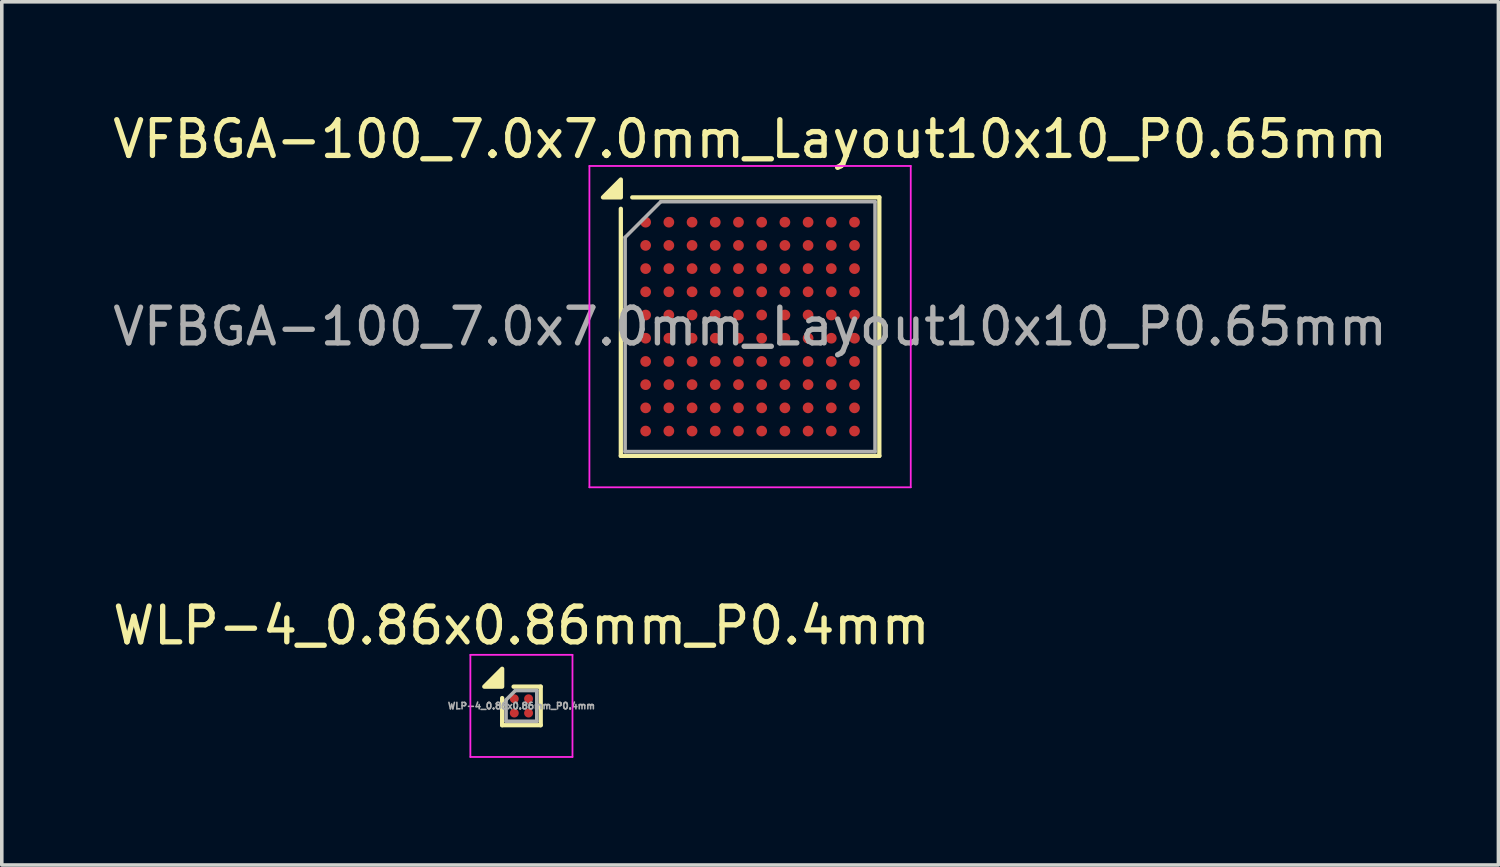
<source format=kicad_pcb>
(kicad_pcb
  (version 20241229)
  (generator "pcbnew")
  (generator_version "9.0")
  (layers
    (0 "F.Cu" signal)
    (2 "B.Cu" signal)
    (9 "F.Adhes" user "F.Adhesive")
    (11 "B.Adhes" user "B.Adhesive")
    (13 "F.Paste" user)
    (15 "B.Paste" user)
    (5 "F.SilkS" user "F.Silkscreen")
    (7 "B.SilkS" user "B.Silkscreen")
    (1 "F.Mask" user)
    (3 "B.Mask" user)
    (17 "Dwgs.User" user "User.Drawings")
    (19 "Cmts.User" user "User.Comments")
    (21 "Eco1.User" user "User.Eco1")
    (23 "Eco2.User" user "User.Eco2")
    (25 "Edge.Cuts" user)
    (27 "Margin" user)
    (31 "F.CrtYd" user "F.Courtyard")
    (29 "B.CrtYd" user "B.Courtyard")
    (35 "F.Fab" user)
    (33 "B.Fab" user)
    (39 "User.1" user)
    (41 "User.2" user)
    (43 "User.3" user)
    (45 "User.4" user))
  (footprint "VFBGA-100_7.0x7.0mm_Layout10x10_P0.65mm"
    (layer "F.Cu")
    (at 17.958 6.098)
    (property "Reference" "VFBGA-100_7.0x7.0mm_Layout10x10_P0.65mm" (at 0 -5.25 0) (layer "F.SilkS") (effects (font (size 1 1) (thickness 0.15))))
    (attr smd)
    (fp_line (start -3.62 -3.3) (end -3.62 3.62) (stroke (width 0.12) (type solid)) (layer "F.SilkS"))
    (fp_line (start -3.62 3.62) (end 3.62 3.62) (stroke (width 0.12) (type solid)) (layer "F.SilkS"))
    (fp_line (start 3.62 -3.62) (end -3.3 -3.62) (stroke (width 0.12) (type solid)) (layer "F.SilkS"))
    (fp_line (start 3.62 3.62) (end 3.62 -3.62) (stroke (width 0.12) (type solid)) (layer "F.SilkS"))
    (fp_poly (pts (xy -3.62 -3.62) (xy -4.12 -3.62) (xy -3.62 -4.12) (xy -3.62 -3.62)) (stroke (width 0.12) (type solid)) (fill yes) (layer "F.SilkS"))
    (fp_line (start -4.5 -4.5) (end -4.5 4.5) (stroke (width 0.05) (type solid)) (layer "F.CrtYd"))
    (fp_line (start -4.5 -4.5) (end 4.5 -4.5) (stroke (width 0.05) (type solid)) (layer "F.CrtYd"))
    (fp_line (start 4.5 4.5) (end -4.5 4.5) (stroke (width 0.05) (type solid)) (layer "F.CrtYd"))
    (fp_line (start 4.5 4.5) (end 4.5 -4.5) (stroke (width 0.05) (type solid)) (layer "F.CrtYd"))
    (fp_line (start -3.5 -2.5) (end -3.5 3.5) (stroke (width 0.1) (type solid)) (layer "F.Fab"))
    (fp_line (start -3.5 3.5) (end 3.5 3.5) (stroke (width 0.1) (type solid)) (layer "F.Fab"))
    (fp_line (start -2.5 -3.5) (end -3.5 -2.5) (stroke (width 0.1) (type solid)) (layer "F.Fab"))
    (fp_line (start 3.5 -3.5) (end -2.5 -3.5) (stroke (width 0.1) (type solid)) (layer "F.Fab"))
    (fp_line (start 3.5 3.5) (end 3.5 -3.5) (stroke (width 0.1) (type solid)) (layer "F.Fab"))
    (fp_text user "${REFERENCE}" (at 0 0 0) (layer "F.Fab") (effects (font (size 1 1) (thickness 0.15))))
    (pad "A1" smd circle (at -2.925 -2.925) (size 0.3 0.3) (property pad_prop_bga) (layers "F.Cu" "F.Mask" "F.Paste"))
    (pad "A2" smd circle (at -2.275 -2.925) (size 0.3 0.3) (property pad_prop_bga) (layers "F.Cu" "F.Mask" "F.Paste"))
    (pad "A3" smd circle (at -1.625 -2.925) (size 0.3 0.3) (property pad_prop_bga) (layers "F.Cu" "F.Mask" "F.Paste"))
    (pad "A4" smd circle (at -0.975 -2.925) (size 0.3 0.3) (property pad_prop_bga) (layers "F.Cu" "F.Mask" "F.Paste"))
    (pad "A5" smd circle (at -0.325 -2.925) (size 0.3 0.3) (property pad_prop_bga) (layers "F.Cu" "F.Mask" "F.Paste"))
    (pad "A6" smd circle (at 0.325 -2.925) (size 0.3 0.3) (property pad_prop_bga) (layers "F.Cu" "F.Mask" "F.Paste"))
    (pad "A7" smd circle (at 0.975 -2.925) (size 0.3 0.3) (property pad_prop_bga) (layers "F.Cu" "F.Mask" "F.Paste"))
    (pad "A8" smd circle (at 1.625 -2.925) (size 0.3 0.3) (property pad_prop_bga) (layers "F.Cu" "F.Mask" "F.Paste"))
    (pad "A9" smd circle (at 2.275 -2.925) (size 0.3 0.3) (property pad_prop_bga) (layers "F.Cu" "F.Mask" "F.Paste"))
    (pad "A10" smd circle (at 2.925 -2.925) (size 0.3 0.3) (property pad_prop_bga) (layers "F.Cu" "F.Mask" "F.Paste"))
    (pad "B1" smd circle (at -2.925 -2.275) (size 0.3 0.3) (property pad_prop_bga) (layers "F.Cu" "F.Mask" "F.Paste"))
    (pad "B2" smd circle (at -2.275 -2.275) (size 0.3 0.3) (property pad_prop_bga) (layers "F.Cu" "F.Mask" "F.Paste"))
    (pad "B3" smd circle (at -1.625 -2.275) (size 0.3 0.3) (property pad_prop_bga) (layers "F.Cu" "F.Mask" "F.Paste"))
    (pad "B4" smd circle (at -0.975 -2.275) (size 0.3 0.3) (property pad_prop_bga) (layers "F.Cu" "F.Mask" "F.Paste"))
    (pad "B5" smd circle (at -0.325 -2.275) (size 0.3 0.3) (property pad_prop_bga) (layers "F.Cu" "F.Mask" "F.Paste"))
    (pad "B6" smd circle (at 0.325 -2.275) (size 0.3 0.3) (property pad_prop_bga) (layers "F.Cu" "F.Mask" "F.Paste"))
    (pad "B7" smd circle (at 0.975 -2.275) (size 0.3 0.3) (property pad_prop_bga) (layers "F.Cu" "F.Mask" "F.Paste"))
    (pad "B8" smd circle (at 1.625 -2.275) (size 0.3 0.3) (property pad_prop_bga) (layers "F.Cu" "F.Mask" "F.Paste"))
    (pad "B9" smd circle (at 2.275 -2.275) (size 0.3 0.3) (property pad_prop_bga) (layers "F.Cu" "F.Mask" "F.Paste"))
    (pad "B10" smd circle (at 2.925 -2.275) (size 0.3 0.3) (property pad_prop_bga) (layers "F.Cu" "F.Mask" "F.Paste"))
    (pad "C1" smd circle (at -2.925 -1.625) (size 0.3 0.3) (property pad_prop_bga) (layers "F.Cu" "F.Mask" "F.Paste"))
    (pad "C2" smd circle (at -2.275 -1.625) (size 0.3 0.3) (property pad_prop_bga) (layers "F.Cu" "F.Mask" "F.Paste"))
    (pad "C3" smd circle (at -1.625 -1.625) (size 0.3 0.3) (property pad_prop_bga) (layers "F.Cu" "F.Mask" "F.Paste"))
    (pad "C4" smd circle (at -0.975 -1.625) (size 0.3 0.3) (property pad_prop_bga) (layers "F.Cu" "F.Mask" "F.Paste"))
    (pad "C5" smd circle (at -0.325 -1.625) (size 0.3 0.3) (property pad_prop_bga) (layers "F.Cu" "F.Mask" "F.Paste"))
    (pad "C6" smd circle (at 0.325 -1.625) (size 0.3 0.3) (property pad_prop_bga) (layers "F.Cu" "F.Mask" "F.Paste"))
    (pad "C7" smd circle (at 0.975 -1.625) (size 0.3 0.3) (property pad_prop_bga) (layers "F.Cu" "F.Mask" "F.Paste"))
    (pad "C8" smd circle (at 1.625 -1.625) (size 0.3 0.3) (property pad_prop_bga) (layers "F.Cu" "F.Mask" "F.Paste"))
    (pad "C9" smd circle (at 2.275 -1.625) (size 0.3 0.3) (property pad_prop_bga) (layers "F.Cu" "F.Mask" "F.Paste"))
    (pad "C10" smd circle (at 2.925 -1.625) (size 0.3 0.3) (property pad_prop_bga) (layers "F.Cu" "F.Mask" "F.Paste"))
    (pad "D1" smd circle (at -2.925 -0.975) (size 0.3 0.3) (property pad_prop_bga) (layers "F.Cu" "F.Mask" "F.Paste"))
    (pad "D2" smd circle (at -2.275 -0.975) (size 0.3 0.3) (property pad_prop_bga) (layers "F.Cu" "F.Mask" "F.Paste"))
    (pad "D3" smd circle (at -1.625 -0.975) (size 0.3 0.3) (property pad_prop_bga) (layers "F.Cu" "F.Mask" "F.Paste"))
    (pad "D4" smd circle (at -0.975 -0.975) (size 0.3 0.3) (property pad_prop_bga) (layers "F.Cu" "F.Mask" "F.Paste"))
    (pad "D5" smd circle (at -0.325 -0.975) (size 0.3 0.3) (property pad_prop_bga) (layers "F.Cu" "F.Mask" "F.Paste"))
    (pad "D6" smd circle (at 0.325 -0.975) (size 0.3 0.3) (property pad_prop_bga) (layers "F.Cu" "F.Mask" "F.Paste"))
    (pad "D7" smd circle (at 0.975 -0.975) (size 0.3 0.3) (property pad_prop_bga) (layers "F.Cu" "F.Mask" "F.Paste"))
    (pad "D8" smd circle (at 1.625 -0.975) (size 0.3 0.3) (property pad_prop_bga) (layers "F.Cu" "F.Mask" "F.Paste"))
    (pad "D9" smd circle (at 2.275 -0.975) (size 0.3 0.3) (property pad_prop_bga) (layers "F.Cu" "F.Mask" "F.Paste"))
    (pad "D10" smd circle (at 2.925 -0.975) (size 0.3 0.3) (property pad_prop_bga) (layers "F.Cu" "F.Mask" "F.Paste"))
    (pad "E1" smd circle (at -2.925 -0.325) (size 0.3 0.3) (property pad_prop_bga) (layers "F.Cu" "F.Mask" "F.Paste"))
    (pad "E2" smd circle (at -2.275 -0.325) (size 0.3 0.3) (property pad_prop_bga) (layers "F.Cu" "F.Mask" "F.Paste"))
    (pad "E3" smd circle (at -1.625 -0.325) (size 0.3 0.3) (property pad_prop_bga) (layers "F.Cu" "F.Mask" "F.Paste"))
    (pad "E4" smd circle (at -0.975 -0.325) (size 0.3 0.3) (property pad_prop_bga) (layers "F.Cu" "F.Mask" "F.Paste"))
    (pad "E5" smd circle (at -0.325 -0.325) (size 0.3 0.3) (property pad_prop_bga) (layers "F.Cu" "F.Mask" "F.Paste"))
    (pad "E6" smd circle (at 0.325 -0.325) (size 0.3 0.3) (property pad_prop_bga) (layers "F.Cu" "F.Mask" "F.Paste"))
    (pad "E7" smd circle (at 0.975 -0.325) (size 0.3 0.3) (property pad_prop_bga) (layers "F.Cu" "F.Mask" "F.Paste"))
    (pad "E8" smd circle (at 1.625 -0.325) (size 0.3 0.3) (property pad_prop_bga) (layers "F.Cu" "F.Mask" "F.Paste"))
    (pad "E9" smd circle (at 2.275 -0.325) (size 0.3 0.3) (property pad_prop_bga) (layers "F.Cu" "F.Mask" "F.Paste"))
    (pad "E10" smd circle (at 2.925 -0.325) (size 0.3 0.3) (property pad_prop_bga) (layers "F.Cu" "F.Mask" "F.Paste"))
    (pad "F1" smd circle (at -2.925 0.325) (size 0.3 0.3) (property pad_prop_bga) (layers "F.Cu" "F.Mask" "F.Paste"))
    (pad "F2" smd circle (at -2.275 0.325) (size 0.3 0.3) (property pad_prop_bga) (layers "F.Cu" "F.Mask" "F.Paste"))
    (pad "F3" smd circle (at -1.625 0.325) (size 0.3 0.3) (property pad_prop_bga) (layers "F.Cu" "F.Mask" "F.Paste"))
    (pad "F4" smd circle (at -0.975 0.325) (size 0.3 0.3) (property pad_prop_bga) (layers "F.Cu" "F.Mask" "F.Paste"))
    (pad "F5" smd circle (at -0.325 0.325) (size 0.3 0.3) (property pad_prop_bga) (layers "F.Cu" "F.Mask" "F.Paste"))
    (pad "F6" smd circle (at 0.325 0.325) (size 0.3 0.3) (property pad_prop_bga) (layers "F.Cu" "F.Mask" "F.Paste"))
    (pad "F7" smd circle (at 0.975 0.325) (size 0.3 0.3) (property pad_prop_bga) (layers "F.Cu" "F.Mask" "F.Paste"))
    (pad "F8" smd circle (at 1.625 0.325) (size 0.3 0.3) (property pad_prop_bga) (layers "F.Cu" "F.Mask" "F.Paste"))
    (pad "F9" smd circle (at 2.275 0.325) (size 0.3 0.3) (property pad_prop_bga) (layers "F.Cu" "F.Mask" "F.Paste"))
    (pad "F10" smd circle (at 2.925 0.325) (size 0.3 0.3) (property pad_prop_bga) (layers "F.Cu" "F.Mask" "F.Paste"))
    (pad "G1" smd circle (at -2.925 0.975) (size 0.3 0.3) (property pad_prop_bga) (layers "F.Cu" "F.Mask" "F.Paste"))
    (pad "G2" smd circle (at -2.275 0.975) (size 0.3 0.3) (property pad_prop_bga) (layers "F.Cu" "F.Mask" "F.Paste"))
    (pad "G3" smd circle (at -1.625 0.975) (size 0.3 0.3) (property pad_prop_bga) (layers "F.Cu" "F.Mask" "F.Paste"))
    (pad "G4" smd circle (at -0.975 0.975) (size 0.3 0.3) (property pad_prop_bga) (layers "F.Cu" "F.Mask" "F.Paste"))
    (pad "G5" smd circle (at -0.325 0.975) (size 0.3 0.3) (property pad_prop_bga) (layers "F.Cu" "F.Mask" "F.Paste"))
    (pad "G6" smd circle (at 0.325 0.975) (size 0.3 0.3) (property pad_prop_bga) (layers "F.Cu" "F.Mask" "F.Paste"))
    (pad "G7" smd circle (at 0.975 0.975) (size 0.3 0.3) (property pad_prop_bga) (layers "F.Cu" "F.Mask" "F.Paste"))
    (pad "G8" smd circle (at 1.625 0.975) (size 0.3 0.3) (property pad_prop_bga) (layers "F.Cu" "F.Mask" "F.Paste"))
    (pad "G9" smd circle (at 2.275 0.975) (size 0.3 0.3) (property pad_prop_bga) (layers "F.Cu" "F.Mask" "F.Paste"))
    (pad "G10" smd circle (at 2.925 0.975) (size 0.3 0.3) (property pad_prop_bga) (layers "F.Cu" "F.Mask" "F.Paste"))
    (pad "H1" smd circle (at -2.925 1.625) (size 0.3 0.3) (property pad_prop_bga) (layers "F.Cu" "F.Mask" "F.Paste"))
    (pad "H2" smd circle (at -2.275 1.625) (size 0.3 0.3) (property pad_prop_bga) (layers "F.Cu" "F.Mask" "F.Paste"))
    (pad "H3" smd circle (at -1.625 1.625) (size 0.3 0.3) (property pad_prop_bga) (layers "F.Cu" "F.Mask" "F.Paste"))
    (pad "H4" smd circle (at -0.975 1.625) (size 0.3 0.3) (property pad_prop_bga) (layers "F.Cu" "F.Mask" "F.Paste"))
    (pad "H5" smd circle (at -0.325 1.625) (size 0.3 0.3) (property pad_prop_bga) (layers "F.Cu" "F.Mask" "F.Paste"))
    (pad "H6" smd circle (at 0.325 1.625) (size 0.3 0.3) (property pad_prop_bga) (layers "F.Cu" "F.Mask" "F.Paste"))
    (pad "H7" smd circle (at 0.975 1.625) (size 0.3 0.3) (property pad_prop_bga) (layers "F.Cu" "F.Mask" "F.Paste"))
    (pad "H8" smd circle (at 1.625 1.625) (size 0.3 0.3) (property pad_prop_bga) (layers "F.Cu" "F.Mask" "F.Paste"))
    (pad "H9" smd circle (at 2.275 1.625) (size 0.3 0.3) (property pad_prop_bga) (layers "F.Cu" "F.Mask" "F.Paste"))
    (pad "H10" smd circle (at 2.925 1.625) (size 0.3 0.3) (property pad_prop_bga) (layers "F.Cu" "F.Mask" "F.Paste"))
    (pad "J1" smd circle (at -2.925 2.275) (size 0.3 0.3) (property pad_prop_bga) (layers "F.Cu" "F.Mask" "F.Paste"))
    (pad "J2" smd circle (at -2.275 2.275) (size 0.3 0.3) (property pad_prop_bga) (layers "F.Cu" "F.Mask" "F.Paste"))
    (pad "J3" smd circle (at -1.625 2.275) (size 0.3 0.3) (property pad_prop_bga) (layers "F.Cu" "F.Mask" "F.Paste"))
    (pad "J4" smd circle (at -0.975 2.275) (size 0.3 0.3) (property pad_prop_bga) (layers "F.Cu" "F.Mask" "F.Paste"))
    (pad "J5" smd circle (at -0.325 2.275) (size 0.3 0.3) (property pad_prop_bga) (layers "F.Cu" "F.Mask" "F.Paste"))
    (pad "J6" smd circle (at 0.325 2.275) (size 0.3 0.3) (property pad_prop_bga) (layers "F.Cu" "F.Mask" "F.Paste"))
    (pad "J7" smd circle (at 0.975 2.275) (size 0.3 0.3) (property pad_prop_bga) (layers "F.Cu" "F.Mask" "F.Paste"))
    (pad "J8" smd circle (at 1.625 2.275) (size 0.3 0.3) (property pad_prop_bga) (layers "F.Cu" "F.Mask" "F.Paste"))
    (pad "J9" smd circle (at 2.275 2.275) (size 0.3 0.3) (property pad_prop_bga) (layers "F.Cu" "F.Mask" "F.Paste"))
    (pad "J10" smd circle (at 2.925 2.275) (size 0.3 0.3) (property pad_prop_bga) (layers "F.Cu" "F.Mask" "F.Paste"))
    (pad "K1" smd circle (at -2.925 2.925) (size 0.3 0.3) (property pad_prop_bga) (layers "F.Cu" "F.Mask" "F.Paste"))
    (pad "K2" smd circle (at -2.275 2.925) (size 0.3 0.3) (property pad_prop_bga) (layers "F.Cu" "F.Mask" "F.Paste"))
    (pad "K3" smd circle (at -1.625 2.925) (size 0.3 0.3) (property pad_prop_bga) (layers "F.Cu" "F.Mask" "F.Paste"))
    (pad "K4" smd circle (at -0.975 2.925) (size 0.3 0.3) (property pad_prop_bga) (layers "F.Cu" "F.Mask" "F.Paste"))
    (pad "K5" smd circle (at -0.325 2.925) (size 0.3 0.3) (property pad_prop_bga) (layers "F.Cu" "F.Mask" "F.Paste"))
    (pad "K6" smd circle (at 0.325 2.925) (size 0.3 0.3) (property pad_prop_bga) (layers "F.Cu" "F.Mask" "F.Paste"))
    (pad "K7" smd circle (at 0.975 2.925) (size 0.3 0.3) (property pad_prop_bga) (layers "F.Cu" "F.Mask" "F.Paste"))
    (pad "K8" smd circle (at 1.625 2.925) (size 0.3 0.3) (property pad_prop_bga) (layers "F.Cu" "F.Mask" "F.Paste"))
    (pad "K9" smd circle (at 2.275 2.925) (size 0.3 0.3) (property pad_prop_bga) (layers "F.Cu" "F.Mask" "F.Paste"))
    (pad "K10" smd circle (at 2.925 2.925) (size 0.3 0.3) (property pad_prop_bga) (layers "F.Cu" "F.Mask" "F.Paste")))
  (footprint "WLP-4_0.86x0.86mm_P0.4mm"
    (layer "F.Cu")
    (at 11.554 16.721)
    (property "Reference" "WLP-4_0.86x0.86mm_P0.4mm" (at 0 -2.25 0) (layer "F.SilkS") (effects (font (size 1 1) (thickness 0.15))))
    (attr smd)
    (fp_line (start -0.54 -0.22) (end -0.54 0.54) (stroke (width 0.12) (type solid)) (layer "F.SilkS"))
    (fp_line (start -0.54 0.54) (end 0.54 0.54) (stroke (width 0.12) (type solid)) (layer "F.SilkS"))
    (fp_line (start -0.22 -0.54) (end 0.54 -0.54) (stroke (width 0.12) (type solid)) (layer "F.SilkS"))
    (fp_line (start 0.54 0.54) (end 0.54 -0.54) (stroke (width 0.12) (type solid)) (layer "F.SilkS"))
    (fp_poly (pts (xy -0.54 -0.54) (xy -1.04 -0.54) (xy -0.54 -1.04) (xy -0.54 -0.54)) (stroke (width 0.12) (type solid)) (fill yes) (layer "F.SilkS"))
    (fp_line (start -1.43 -1.43) (end 1.43 -1.43) (stroke (width 0.05) (type solid)) (layer "F.CrtYd"))
    (fp_line (start -1.43 1.43) (end -1.43 -1.43) (stroke (width 0.05) (type solid)) (layer "F.CrtYd"))
    (fp_line (start 1.43 -1.43) (end 1.43 1.43) (stroke (width 0.05) (type solid)) (layer "F.CrtYd"))
    (fp_line (start 1.43 1.43) (end -1.43 1.43) (stroke (width 0.05) (type solid)) (layer "F.CrtYd"))
    (fp_line (start -0.43 -0.16) (end -0.43 0.43) (stroke (width 0.1) (type solid)) (layer "F.Fab"))
    (fp_line (start -0.17 -0.43) (end -0.43 -0.17) (stroke (width 0.1) (type solid)) (layer "F.Fab"))
    (fp_line (start 0.43 -0.43) (end -0.17 -0.43) (stroke (width 0.1) (type solid)) (layer "F.Fab"))
    (fp_line (start 0.43 -0.43) (end 0.43 0.43) (stroke (width 0.1) (type solid)) (layer "F.Fab"))
    (fp_line (start 0.43 0.43) (end -0.43 0.43) (stroke (width 0.1) (type solid)) (layer "F.Fab"))
    (fp_text user "${REFERENCE}" (at 0 0 0) (layer "F.Fab") (effects (font (size 0.18 0.18) (thickness 0.045))))
    (pad "A1" smd circle (at -0.2 -0.2) (size 0.25 0.25) (property pad_prop_bga) (layers "F.Cu" "F.Mask" "F.Paste"))
    (pad "A2" smd circle (at 0.2 -0.2) (size 0.25 0.25) (property pad_prop_bga) (layers "F.Cu" "F.Mask" "F.Paste"))
    (pad "B1" smd circle (at -0.2 0.2) (size 0.25 0.25) (property pad_prop_bga) (layers "F.Cu" "F.Mask" "F.Paste"))
    (pad "B2" smd circle (at 0.2 0.2) (size 0.25 0.25) (property pad_prop_bga) (layers "F.Cu" "F.Mask" "F.Paste")))
  (gr_rect
    (start -3 -3)
    (end 38.917 21.177)
    (stroke (width 0.1) (type default))
    (fill no)
    (layer "Edge.Cuts")))
</source>
